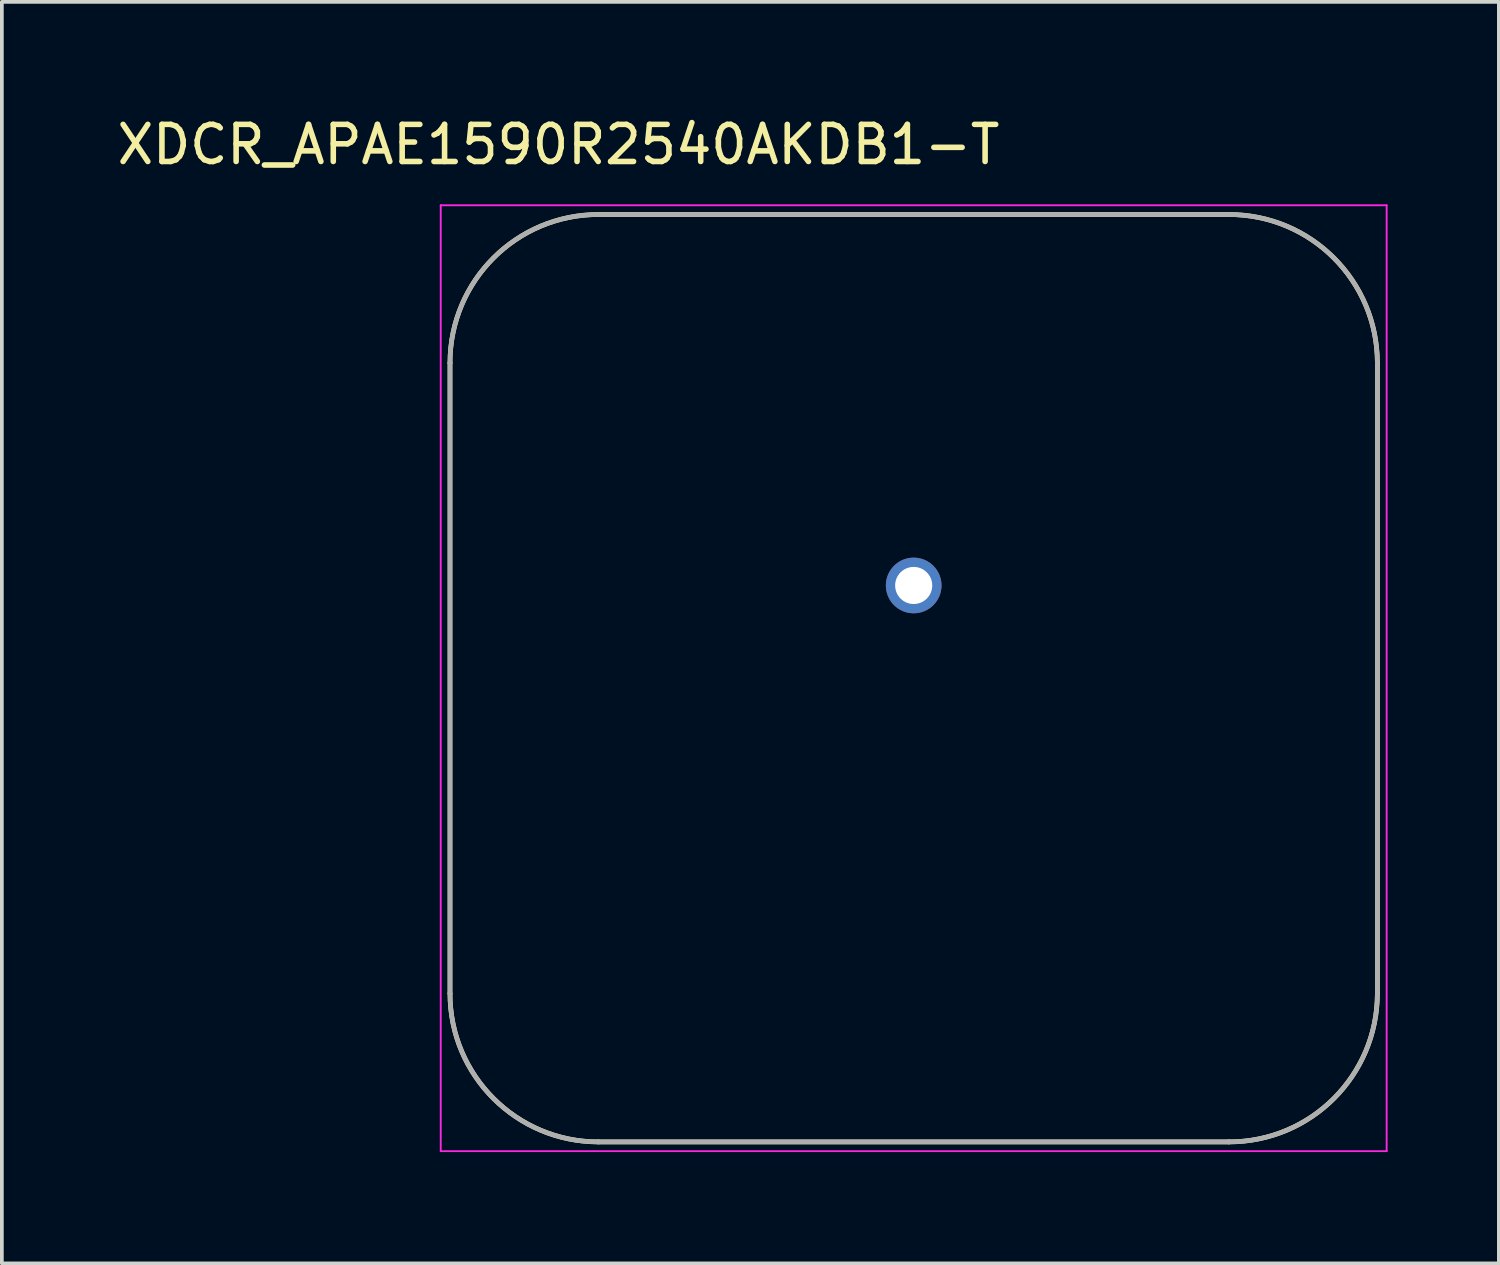
<source format=kicad_pcb>
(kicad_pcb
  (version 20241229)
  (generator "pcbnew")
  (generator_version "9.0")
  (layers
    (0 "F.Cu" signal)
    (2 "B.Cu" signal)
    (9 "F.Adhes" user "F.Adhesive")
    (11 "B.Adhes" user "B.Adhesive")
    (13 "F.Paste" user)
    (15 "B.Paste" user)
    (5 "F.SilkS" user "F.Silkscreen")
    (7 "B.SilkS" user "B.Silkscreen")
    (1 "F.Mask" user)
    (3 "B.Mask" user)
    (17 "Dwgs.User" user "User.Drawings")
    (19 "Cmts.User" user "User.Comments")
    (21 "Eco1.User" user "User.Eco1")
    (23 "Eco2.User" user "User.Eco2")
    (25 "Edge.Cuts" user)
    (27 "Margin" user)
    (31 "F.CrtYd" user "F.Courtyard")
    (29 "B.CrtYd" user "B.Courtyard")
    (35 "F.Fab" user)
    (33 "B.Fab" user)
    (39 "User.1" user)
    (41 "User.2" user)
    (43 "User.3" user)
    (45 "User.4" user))
  (footprint "XDCR_APAE1590R2540AKDB1-T"
    (layer "F.Cu")
    (at 21.581 15.233)
    (property "Reference" "XDCR_APAE1590R2540AKDB1-T" (at -9.575 -14.385 0) (layer "F.SilkS") (effects (font (size 1 1) (thickness 0.15))))
    (attr through_hole)
    (fp_line (start -12.5 8.5) (end -12.5 -8.5) (stroke (width 0.127) (type solid)) (layer "F.SilkS"))
    (fp_line (start -8.5 -12.5) (end 8.5 -12.5) (stroke (width 0.127) (type solid)) (layer "F.SilkS"))
    (fp_line (start 8.5 12.5) (end -8.5 12.5) (stroke (width 0.127) (type solid)) (layer "F.SilkS"))
    (fp_line (start 12.5 -8.5) (end 12.5 8.5) (stroke (width 0.127) (type solid)) (layer "F.SilkS"))
    (fp_arc (start -12.5 -8.5) (mid -11.328427 -11.328427) (end -8.5 -12.5) (stroke (width 0.127) (type solid)) (layer "F.SilkS"))
    (fp_arc (start -8.5 12.5) (mid -11.328427 11.328427) (end -12.5 8.5) (stroke (width 0.127) (type solid)) (layer "F.SilkS"))
    (fp_arc (start 8.5 -12.5) (mid 11.328427 -11.328427) (end 12.5 -8.5) (stroke (width 0.127) (type solid)) (layer "F.SilkS"))
    (fp_arc (start 12.5 8.5) (mid 11.328427 11.328427) (end 8.5 12.5) (stroke (width 0.127) (type solid)) (layer "F.SilkS"))
    (fp_line (start -12.75 -12.75) (end -12.75 12.75) (stroke (width 0.05) (type solid)) (layer "F.CrtYd"))
    (fp_line (start -12.75 12.75) (end 12.75 12.75) (stroke (width 0.05) (type solid)) (layer "F.CrtYd"))
    (fp_line (start 12.75 -12.75) (end -12.75 -12.75) (stroke (width 0.05) (type solid)) (layer "F.CrtYd"))
    (fp_line (start 12.75 12.75) (end 12.75 -12.75) (stroke (width 0.05) (type solid)) (layer "F.CrtYd"))
    (fp_line (start -12.5 8.5) (end -12.5 -8.5) (stroke (width 0.127) (type solid)) (layer "F.Fab"))
    (fp_line (start -8.5 -12.5) (end 8.5 -12.5) (stroke (width 0.127) (type solid)) (layer "F.Fab"))
    (fp_line (start 8.5 12.5) (end -8.5 12.5) (stroke (width 0.127) (type solid)) (layer "F.Fab"))
    (fp_line (start 12.5 -8.5) (end 12.5 8.5) (stroke (width 0.127) (type solid)) (layer "F.Fab"))
    (fp_arc (start -12.5 -8.5) (mid -11.328427 -11.328427) (end -8.5 -12.5) (stroke (width 0.127) (type solid)) (layer "F.Fab"))
    (fp_arc (start -8.5 12.5) (mid -11.328427 11.328427) (end -12.5 8.5) (stroke (width 0.127) (type solid)) (layer "F.Fab"))
    (fp_arc (start 8.5 -12.5) (mid 11.328427 -11.328427) (end 12.5 -8.5) (stroke (width 0.127) (type solid)) (layer "F.Fab"))
    (fp_arc (start 12.5 8.5) (mid 11.328427 11.328427) (end 8.5 12.5) (stroke (width 0.127) (type solid)) (layer "F.Fab"))
    (pad "1" thru_hole circle (at 0 -2.5) (size 1.5 1.5) (drill 1) (layers "*.Cu" "*.Mask")))
  (gr_rect
    (start -3 -3)
    (end 37.356 31.008)
    (stroke (width 0.1) (type default))
    (fill no)
    (layer "Edge.Cuts")))
</source>
